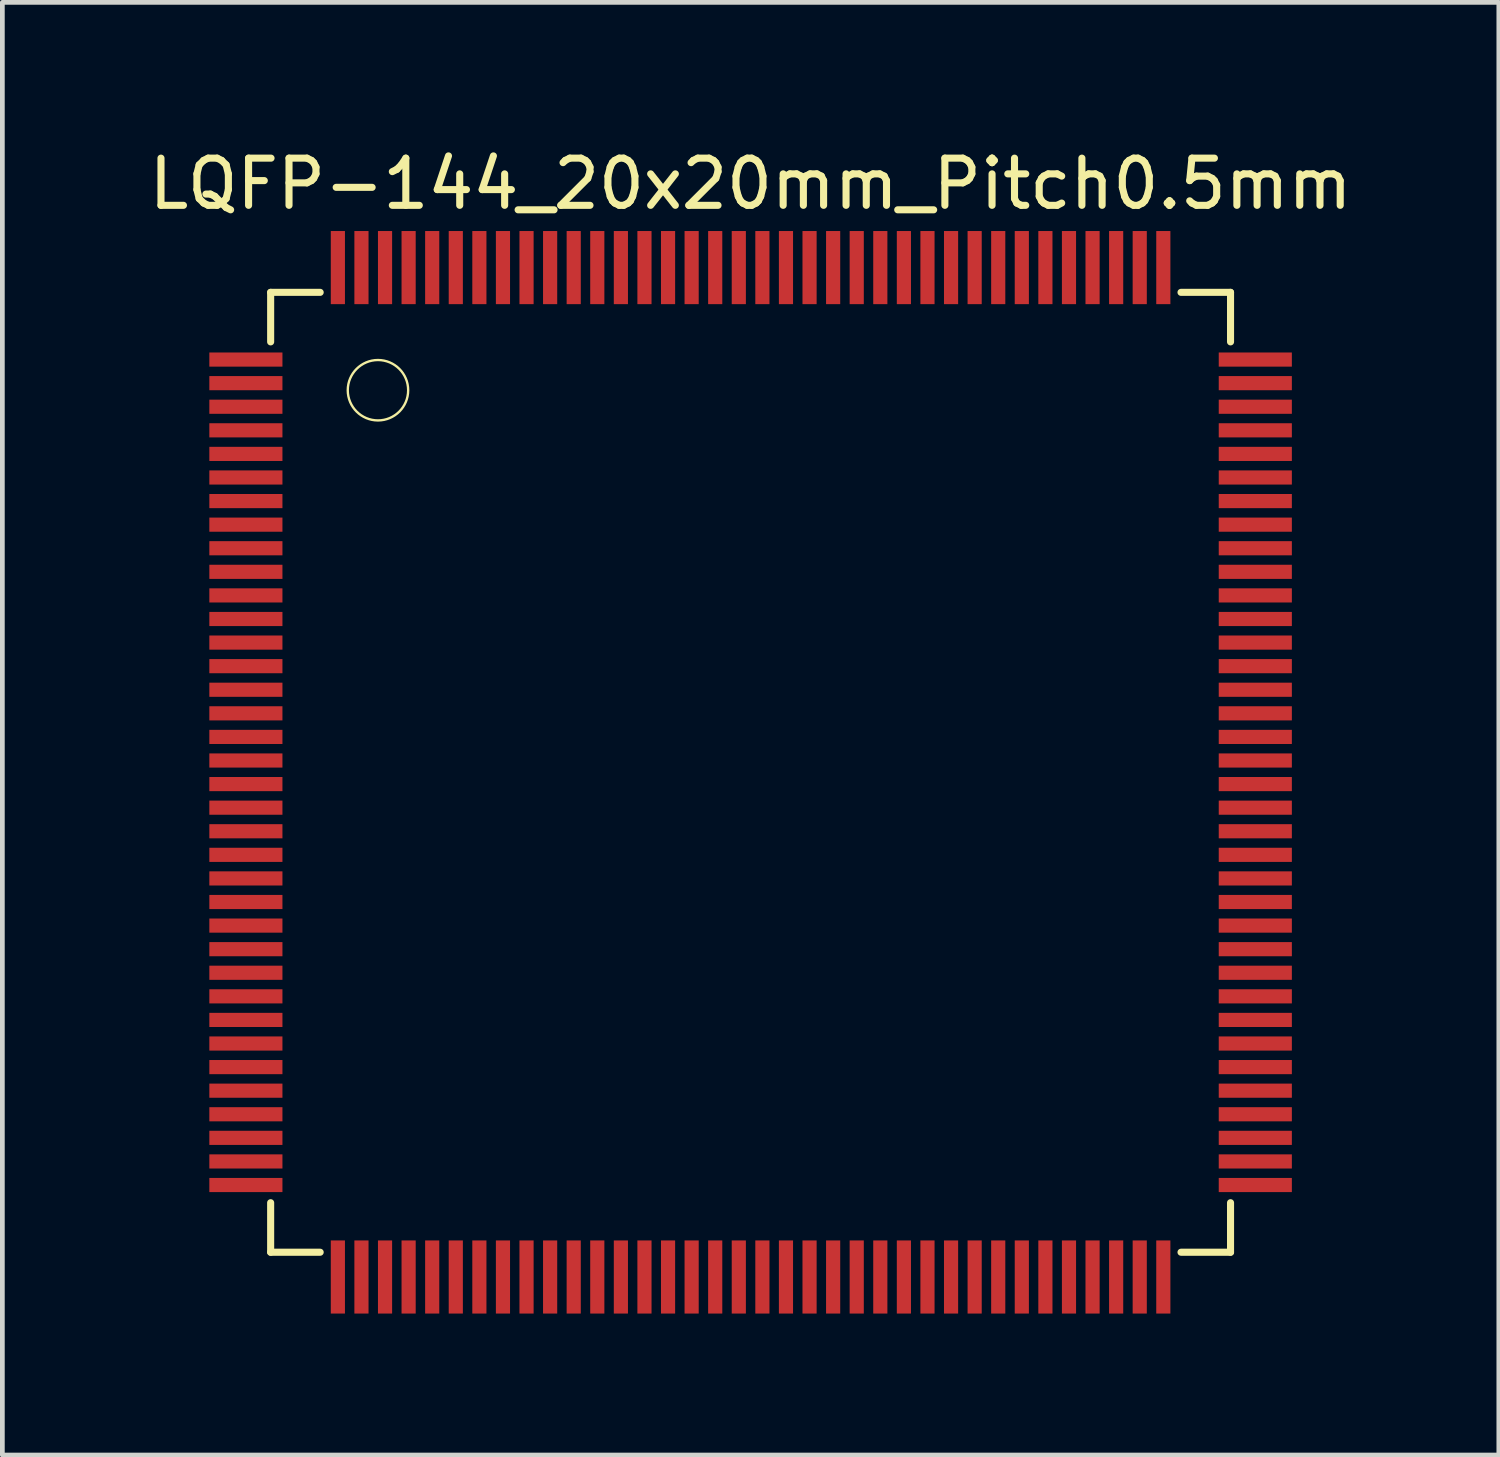
<source format=kicad_pcb>
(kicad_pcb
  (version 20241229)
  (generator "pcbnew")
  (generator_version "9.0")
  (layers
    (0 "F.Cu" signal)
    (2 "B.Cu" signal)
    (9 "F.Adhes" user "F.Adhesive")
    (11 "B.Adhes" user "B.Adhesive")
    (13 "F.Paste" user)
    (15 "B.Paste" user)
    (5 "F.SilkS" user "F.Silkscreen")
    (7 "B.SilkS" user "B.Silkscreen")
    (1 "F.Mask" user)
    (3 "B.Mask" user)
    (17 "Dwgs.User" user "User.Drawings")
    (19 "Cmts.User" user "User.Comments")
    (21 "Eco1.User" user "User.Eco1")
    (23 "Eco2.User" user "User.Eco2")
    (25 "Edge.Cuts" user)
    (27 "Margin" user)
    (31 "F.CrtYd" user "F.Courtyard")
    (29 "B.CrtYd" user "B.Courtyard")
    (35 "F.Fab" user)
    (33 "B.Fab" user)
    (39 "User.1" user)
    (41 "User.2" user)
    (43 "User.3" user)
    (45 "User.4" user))
  (footprint "LQFP-144_20x20mm_Pitch0.5mm"
    (layer "F.Cu")
    (at 12.863 13.323)
    (property "Reference" "LQFP-144_20x20mm_Pitch0.5mm" (at 0 -12.475 0) (layer "F.SilkS") (effects (font (size 1 1) (thickness 0.15))))
    (attr smd)
    (fp_line (start -10.175 -10.175) (end -10.175 -9.125) (stroke (width 0.15) (type solid)) (layer "F.SilkS"))
    (fp_line (start -10.175 -10.175) (end -9.125 -10.175) (stroke (width 0.15) (type solid)) (layer "F.SilkS"))
    (fp_line (start -10.175 10.175) (end -10.175 9.125) (stroke (width 0.15) (type solid)) (layer "F.SilkS"))
    (fp_line (start -10.175 10.175) (end -9.125 10.175) (stroke (width 0.15) (type solid)) (layer "F.SilkS"))
    (fp_line (start 10.175 -10.175) (end 9.125 -10.175) (stroke (width 0.15) (type solid)) (layer "F.SilkS"))
    (fp_line (start 10.175 -10.175) (end 10.175 -9.125) (stroke (width 0.15) (type solid)) (layer "F.SilkS"))
    (fp_line (start 10.175 10.175) (end 9.125 10.175) (stroke (width 0.15) (type solid)) (layer "F.SilkS"))
    (fp_line (start 10.175 10.175) (end 10.175 9.125) (stroke (width 0.15) (type solid)) (layer "F.SilkS"))
    (fp_circle (center -7.9 -8.1) (end -8.4 -7.7) (stroke (width 0.05) (type solid)) (fill no) (layer "F.SilkS"))
    (pad "1" smd rect (at -10.7 -8.75) (size 1.55 0.3) (layers "F.Cu" "F.Mask" "F.Paste"))
    (pad "2" smd rect (at -10.7 -8.25) (size 1.55 0.3) (layers "F.Cu" "F.Mask" "F.Paste"))
    (pad "3" smd rect (at -10.7 -7.75) (size 1.55 0.3) (layers "F.Cu" "F.Mask" "F.Paste"))
    (pad "4" smd rect (at -10.7 -7.25) (size 1.55 0.3) (layers "F.Cu" "F.Mask" "F.Paste"))
    (pad "5" smd rect (at -10.7 -6.75) (size 1.55 0.3) (layers "F.Cu" "F.Mask" "F.Paste"))
    (pad "6" smd rect (at -10.7 -6.25) (size 1.55 0.3) (layers "F.Cu" "F.Mask" "F.Paste"))
    (pad "7" smd rect (at -10.7 -5.75) (size 1.55 0.3) (layers "F.Cu" "F.Mask" "F.Paste"))
    (pad "8" smd rect (at -10.7 -5.25) (size 1.55 0.3) (layers "F.Cu" "F.Mask" "F.Paste"))
    (pad "9" smd rect (at -10.7 -4.75) (size 1.55 0.3) (layers "F.Cu" "F.Mask" "F.Paste"))
    (pad "10" smd rect (at -10.7 -4.25) (size 1.55 0.3) (layers "F.Cu" "F.Mask" "F.Paste"))
    (pad "11" smd rect (at -10.7 -3.75) (size 1.55 0.3) (layers "F.Cu" "F.Mask" "F.Paste"))
    (pad "12" smd rect (at -10.7 -3.25) (size 1.55 0.3) (layers "F.Cu" "F.Mask" "F.Paste"))
    (pad "13" smd rect (at -10.7 -2.75) (size 1.55 0.3) (layers "F.Cu" "F.Mask" "F.Paste"))
    (pad "14" smd rect (at -10.7 -2.25) (size 1.55 0.3) (layers "F.Cu" "F.Mask" "F.Paste"))
    (pad "15" smd rect (at -10.7 -1.75) (size 1.55 0.3) (layers "F.Cu" "F.Mask" "F.Paste"))
    (pad "16" smd rect (at -10.7 -1.25) (size 1.55 0.3) (layers "F.Cu" "F.Mask" "F.Paste"))
    (pad "17" smd rect (at -10.7 -0.75) (size 1.55 0.3) (layers "F.Cu" "F.Mask" "F.Paste"))
    (pad "18" smd rect (at -10.7 -0.25) (size 1.55 0.3) (layers "F.Cu" "F.Mask" "F.Paste"))
    (pad "19" smd rect (at -10.7 0.25) (size 1.55 0.3) (layers "F.Cu" "F.Mask" "F.Paste"))
    (pad "20" smd rect (at -10.7 0.75) (size 1.55 0.3) (layers "F.Cu" "F.Mask" "F.Paste"))
    (pad "21" smd rect (at -10.7 1.25) (size 1.55 0.3) (layers "F.Cu" "F.Mask" "F.Paste"))
    (pad "22" smd rect (at -10.7 1.75) (size 1.55 0.3) (layers "F.Cu" "F.Mask" "F.Paste"))
    (pad "23" smd rect (at -10.7 2.25) (size 1.55 0.3) (layers "F.Cu" "F.Mask" "F.Paste"))
    (pad "24" smd rect (at -10.7 2.75) (size 1.55 0.3) (layers "F.Cu" "F.Mask" "F.Paste"))
    (pad "25" smd rect (at -10.7 3.25) (size 1.55 0.3) (layers "F.Cu" "F.Mask" "F.Paste"))
    (pad "26" smd rect (at -10.7 3.75) (size 1.55 0.3) (layers "F.Cu" "F.Mask" "F.Paste"))
    (pad "27" smd rect (at -10.7 4.25) (size 1.55 0.3) (layers "F.Cu" "F.Mask" "F.Paste"))
    (pad "28" smd rect (at -10.7 4.75) (size 1.55 0.3) (layers "F.Cu" "F.Mask" "F.Paste"))
    (pad "29" smd rect (at -10.7 5.25) (size 1.55 0.3) (layers "F.Cu" "F.Mask" "F.Paste"))
    (pad "30" smd rect (at -10.7 5.75) (size 1.55 0.3) (layers "F.Cu" "F.Mask" "F.Paste"))
    (pad "31" smd rect (at -10.7 6.25) (size 1.55 0.3) (layers "F.Cu" "F.Mask" "F.Paste"))
    (pad "32" smd rect (at -10.7 6.75) (size 1.55 0.3) (layers "F.Cu" "F.Mask" "F.Paste"))
    (pad "33" smd rect (at -10.7 7.25) (size 1.55 0.3) (layers "F.Cu" "F.Mask" "F.Paste"))
    (pad "34" smd rect (at -10.7 7.75) (size 1.55 0.3) (layers "F.Cu" "F.Mask" "F.Paste"))
    (pad "35" smd rect (at -10.7 8.25) (size 1.55 0.3) (layers "F.Cu" "F.Mask" "F.Paste"))
    (pad "36" smd rect (at -10.7 8.75) (size 1.55 0.3) (layers "F.Cu" "F.Mask" "F.Paste"))
    (pad "37" smd rect (at -8.75 10.7 90) (size 1.55 0.3) (layers "F.Cu" "F.Mask" "F.Paste"))
    (pad "38" smd rect (at -8.25 10.7 90) (size 1.55 0.3) (layers "F.Cu" "F.Mask" "F.Paste"))
    (pad "39" smd rect (at -7.75 10.7 90) (size 1.55 0.3) (layers "F.Cu" "F.Mask" "F.Paste"))
    (pad "40" smd rect (at -7.25 10.7 90) (size 1.55 0.3) (layers "F.Cu" "F.Mask" "F.Paste"))
    (pad "41" smd rect (at -6.75 10.7 90) (size 1.55 0.3) (layers "F.Cu" "F.Mask" "F.Paste"))
    (pad "42" smd rect (at -6.25 10.7 90) (size 1.55 0.3) (layers "F.Cu" "F.Mask" "F.Paste"))
    (pad "43" smd rect (at -5.75 10.7 90) (size 1.55 0.3) (layers "F.Cu" "F.Mask" "F.Paste"))
    (pad "44" smd rect (at -5.25 10.7 90) (size 1.55 0.3) (layers "F.Cu" "F.Mask" "F.Paste"))
    (pad "45" smd rect (at -4.75 10.7 90) (size 1.55 0.3) (layers "F.Cu" "F.Mask" "F.Paste"))
    (pad "46" smd rect (at -4.25 10.7 90) (size 1.55 0.3) (layers "F.Cu" "F.Mask" "F.Paste"))
    (pad "47" smd rect (at -3.75 10.7 90) (size 1.55 0.3) (layers "F.Cu" "F.Mask" "F.Paste"))
    (pad "48" smd rect (at -3.25 10.7 90) (size 1.55 0.3) (layers "F.Cu" "F.Mask" "F.Paste"))
    (pad "49" smd rect (at -2.75 10.7 90) (size 1.55 0.3) (layers "F.Cu" "F.Mask" "F.Paste"))
    (pad "50" smd rect (at -2.25 10.7 90) (size 1.55 0.3) (layers "F.Cu" "F.Mask" "F.Paste"))
    (pad "51" smd rect (at -1.75 10.7 90) (size 1.55 0.3) (layers "F.Cu" "F.Mask" "F.Paste"))
    (pad "52" smd rect (at -1.25 10.7 90) (size 1.55 0.3) (layers "F.Cu" "F.Mask" "F.Paste"))
    (pad "53" smd rect (at -0.75 10.7 90) (size 1.55 0.3) (layers "F.Cu" "F.Mask" "F.Paste"))
    (pad "54" smd rect (at -0.25 10.7 90) (size 1.55 0.3) (layers "F.Cu" "F.Mask" "F.Paste"))
    (pad "55" smd rect (at 0.25 10.7 90) (size 1.55 0.3) (layers "F.Cu" "F.Mask" "F.Paste"))
    (pad "56" smd rect (at 0.75 10.7 90) (size 1.55 0.3) (layers "F.Cu" "F.Mask" "F.Paste"))
    (pad "57" smd rect (at 1.25 10.7 90) (size 1.55 0.3) (layers "F.Cu" "F.Mask" "F.Paste"))
    (pad "58" smd rect (at 1.75 10.7 90) (size 1.55 0.3) (layers "F.Cu" "F.Mask" "F.Paste"))
    (pad "59" smd rect (at 2.25 10.7 90) (size 1.55 0.3) (layers "F.Cu" "F.Mask" "F.Paste"))
    (pad "60" smd rect (at 2.75 10.7 90) (size 1.55 0.3) (layers "F.Cu" "F.Mask" "F.Paste"))
    (pad "61" smd rect (at 3.25 10.7 90) (size 1.55 0.3) (layers "F.Cu" "F.Mask" "F.Paste"))
    (pad "62" smd rect (at 3.75 10.7 90) (size 1.55 0.3) (layers "F.Cu" "F.Mask" "F.Paste"))
    (pad "63" smd rect (at 4.25 10.7 90) (size 1.55 0.3) (layers "F.Cu" "F.Mask" "F.Paste"))
    (pad "64" smd rect (at 4.75 10.7 90) (size 1.55 0.3) (layers "F.Cu" "F.Mask" "F.Paste"))
    (pad "65" smd rect (at 5.25 10.7 90) (size 1.55 0.3) (layers "F.Cu" "F.Mask" "F.Paste"))
    (pad "66" smd rect (at 5.75 10.7 90) (size 1.55 0.3) (layers "F.Cu" "F.Mask" "F.Paste"))
    (pad "67" smd rect (at 6.25 10.7 90) (size 1.55 0.3) (layers "F.Cu" "F.Mask" "F.Paste"))
    (pad "68" smd rect (at 6.75 10.7 90) (size 1.55 0.3) (layers "F.Cu" "F.Mask" "F.Paste"))
    (pad "69" smd rect (at 7.25 10.7 90) (size 1.55 0.3) (layers "F.Cu" "F.Mask" "F.Paste"))
    (pad "70" smd rect (at 7.75 10.7 90) (size 1.55 0.3) (layers "F.Cu" "F.Mask" "F.Paste"))
    (pad "71" smd rect (at 8.25 10.7 90) (size 1.55 0.3) (layers "F.Cu" "F.Mask" "F.Paste"))
    (pad "72" smd rect (at 8.75 10.7 90) (size 1.55 0.3) (layers "F.Cu" "F.Mask" "F.Paste"))
    (pad "73" smd rect (at 10.7 8.75) (size 1.55 0.3) (layers "F.Cu" "F.Mask" "F.Paste"))
    (pad "74" smd rect (at 10.7 8.25) (size 1.55 0.3) (layers "F.Cu" "F.Mask" "F.Paste"))
    (pad "75" smd rect (at 10.7 7.75) (size 1.55 0.3) (layers "F.Cu" "F.Mask" "F.Paste"))
    (pad "76" smd rect (at 10.7 7.25) (size 1.55 0.3) (layers "F.Cu" "F.Mask" "F.Paste"))
    (pad "77" smd rect (at 10.7 6.75) (size 1.55 0.3) (layers "F.Cu" "F.Mask" "F.Paste"))
    (pad "78" smd rect (at 10.7 6.25) (size 1.55 0.3) (layers "F.Cu" "F.Mask" "F.Paste"))
    (pad "79" smd rect (at 10.7 5.75) (size 1.55 0.3) (layers "F.Cu" "F.Mask" "F.Paste"))
    (pad "80" smd rect (at 10.7 5.25) (size 1.55 0.3) (layers "F.Cu" "F.Mask" "F.Paste"))
    (pad "81" smd rect (at 10.7 4.75) (size 1.55 0.3) (layers "F.Cu" "F.Mask" "F.Paste"))
    (pad "82" smd rect (at 10.7 4.25) (size 1.55 0.3) (layers "F.Cu" "F.Mask" "F.Paste"))
    (pad "83" smd rect (at 10.7 3.75) (size 1.55 0.3) (layers "F.Cu" "F.Mask" "F.Paste"))
    (pad "84" smd rect (at 10.7 3.25) (size 1.55 0.3) (layers "F.Cu" "F.Mask" "F.Paste"))
    (pad "85" smd rect (at 10.7 2.75) (size 1.55 0.3) (layers "F.Cu" "F.Mask" "F.Paste"))
    (pad "86" smd rect (at 10.7 2.25) (size 1.55 0.3) (layers "F.Cu" "F.Mask" "F.Paste"))
    (pad "87" smd rect (at 10.7 1.75) (size 1.55 0.3) (layers "F.Cu" "F.Mask" "F.Paste"))
    (pad "88" smd rect (at 10.7 1.25) (size 1.55 0.3) (layers "F.Cu" "F.Mask" "F.Paste"))
    (pad "89" smd rect (at 10.7 0.75) (size 1.55 0.3) (layers "F.Cu" "F.Mask" "F.Paste"))
    (pad "90" smd rect (at 10.7 0.25) (size 1.55 0.3) (layers "F.Cu" "F.Mask" "F.Paste"))
    (pad "91" smd rect (at 10.7 -0.25) (size 1.55 0.3) (layers "F.Cu" "F.Mask" "F.Paste"))
    (pad "92" smd rect (at 10.7 -0.75) (size 1.55 0.3) (layers "F.Cu" "F.Mask" "F.Paste"))
    (pad "93" smd rect (at 10.7 -1.25) (size 1.55 0.3) (layers "F.Cu" "F.Mask" "F.Paste"))
    (pad "94" smd rect (at 10.7 -1.75) (size 1.55 0.3) (layers "F.Cu" "F.Mask" "F.Paste"))
    (pad "95" smd rect (at 10.7 -2.25) (size 1.55 0.3) (layers "F.Cu" "F.Mask" "F.Paste"))
    (pad "96" smd rect (at 10.7 -2.75) (size 1.55 0.3) (layers "F.Cu" "F.Mask" "F.Paste"))
    (pad "97" smd rect (at 10.7 -3.25) (size 1.55 0.3) (layers "F.Cu" "F.Mask" "F.Paste"))
    (pad "98" smd rect (at 10.7 -3.75) (size 1.55 0.3) (layers "F.Cu" "F.Mask" "F.Paste"))
    (pad "99" smd rect (at 10.7 -4.25) (size 1.55 0.3) (layers "F.Cu" "F.Mask" "F.Paste"))
    (pad "100" smd rect (at 10.7 -4.75) (size 1.55 0.3) (layers "F.Cu" "F.Mask" "F.Paste"))
    (pad "101" smd rect (at 10.7 -5.25) (size 1.55 0.3) (layers "F.Cu" "F.Mask" "F.Paste"))
    (pad "102" smd rect (at 10.7 -5.75) (size 1.55 0.3) (layers "F.Cu" "F.Mask" "F.Paste"))
    (pad "103" smd rect (at 10.7 -6.25) (size 1.55 0.3) (layers "F.Cu" "F.Mask" "F.Paste"))
    (pad "104" smd rect (at 10.7 -6.75) (size 1.55 0.3) (layers "F.Cu" "F.Mask" "F.Paste"))
    (pad "105" smd rect (at 10.7 -7.25) (size 1.55 0.3) (layers "F.Cu" "F.Mask" "F.Paste"))
    (pad "106" smd rect (at 10.7 -7.75) (size 1.55 0.3) (layers "F.Cu" "F.Mask" "F.Paste"))
    (pad "107" smd rect (at 10.7 -8.25) (size 1.55 0.3) (layers "F.Cu" "F.Mask" "F.Paste"))
    (pad "108" smd rect (at 10.7 -8.75) (size 1.55 0.3) (layers "F.Cu" "F.Mask" "F.Paste"))
    (pad "109" smd rect (at 8.75 -10.7 90) (size 1.55 0.3) (layers "F.Cu" "F.Mask" "F.Paste"))
    (pad "110" smd rect (at 8.25 -10.7 90) (size 1.55 0.3) (layers "F.Cu" "F.Mask" "F.Paste"))
    (pad "111" smd rect (at 7.75 -10.7 90) (size 1.55 0.3) (layers "F.Cu" "F.Mask" "F.Paste"))
    (pad "112" smd rect (at 7.25 -10.7 90) (size 1.55 0.3) (layers "F.Cu" "F.Mask" "F.Paste"))
    (pad "113" smd rect (at 6.75 -10.7 90) (size 1.55 0.3) (layers "F.Cu" "F.Mask" "F.Paste"))
    (pad "114" smd rect (at 6.25 -10.7 90) (size 1.55 0.3) (layers "F.Cu" "F.Mask" "F.Paste"))
    (pad "115" smd rect (at 5.75 -10.7 90) (size 1.55 0.3) (layers "F.Cu" "F.Mask" "F.Paste"))
    (pad "116" smd rect (at 5.25 -10.7 90) (size 1.55 0.3) (layers "F.Cu" "F.Mask" "F.Paste"))
    (pad "117" smd rect (at 4.75 -10.7 90) (size 1.55 0.3) (layers "F.Cu" "F.Mask" "F.Paste"))
    (pad "118" smd rect (at 4.25 -10.7 90) (size 1.55 0.3) (layers "F.Cu" "F.Mask" "F.Paste"))
    (pad "119" smd rect (at 3.75 -10.7 90) (size 1.55 0.3) (layers "F.Cu" "F.Mask" "F.Paste"))
    (pad "120" smd rect (at 3.25 -10.7 90) (size 1.55 0.3) (layers "F.Cu" "F.Mask" "F.Paste"))
    (pad "121" smd rect (at 2.75 -10.7 90) (size 1.55 0.3) (layers "F.Cu" "F.Mask" "F.Paste"))
    (pad "122" smd rect (at 2.25 -10.7 90) (size 1.55 0.3) (layers "F.Cu" "F.Mask" "F.Paste"))
    (pad "123" smd rect (at 1.75 -10.7 90) (size 1.55 0.3) (layers "F.Cu" "F.Mask" "F.Paste"))
    (pad "124" smd rect (at 1.25 -10.7 90) (size 1.55 0.3) (layers "F.Cu" "F.Mask" "F.Paste"))
    (pad "125" smd rect (at 0.75 -10.7 90) (size 1.55 0.3) (layers "F.Cu" "F.Mask" "F.Paste"))
    (pad "126" smd rect (at 0.25 -10.7 90) (size 1.55 0.3) (layers "F.Cu" "F.Mask" "F.Paste"))
    (pad "127" smd rect (at -0.25 -10.7 90) (size 1.55 0.3) (layers "F.Cu" "F.Mask" "F.Paste"))
    (pad "128" smd rect (at -0.75 -10.7 90) (size 1.55 0.3) (layers "F.Cu" "F.Mask" "F.Paste"))
    (pad "129" smd rect (at -1.25 -10.7 90) (size 1.55 0.3) (layers "F.Cu" "F.Mask" "F.Paste"))
    (pad "130" smd rect (at -1.75 -10.7 90) (size 1.55 0.3) (layers "F.Cu" "F.Mask" "F.Paste"))
    (pad "131" smd rect (at -2.25 -10.7 90) (size 1.55 0.3) (layers "F.Cu" "F.Mask" "F.Paste"))
    (pad "132" smd rect (at -2.75 -10.7 90) (size 1.55 0.3) (layers "F.Cu" "F.Mask" "F.Paste"))
    (pad "133" smd rect (at -3.25 -10.7 90) (size 1.55 0.3) (layers "F.Cu" "F.Mask" "F.Paste"))
    (pad "134" smd rect (at -3.75 -10.7 90) (size 1.55 0.3) (layers "F.Cu" "F.Mask" "F.Paste"))
    (pad "135" smd rect (at -4.25 -10.7 90) (size 1.55 0.3) (layers "F.Cu" "F.Mask" "F.Paste"))
    (pad "136" smd rect (at -4.75 -10.7 90) (size 1.55 0.3) (layers "F.Cu" "F.Mask" "F.Paste"))
    (pad "137" smd rect (at -5.25 -10.7 90) (size 1.55 0.3) (layers "F.Cu" "F.Mask" "F.Paste"))
    (pad "138" smd rect (at -5.75 -10.7 90) (size 1.55 0.3) (layers "F.Cu" "F.Mask" "F.Paste"))
    (pad "139" smd rect (at -6.25 -10.7 90) (size 1.55 0.3) (layers "F.Cu" "F.Mask" "F.Paste"))
    (pad "140" smd rect (at -6.75 -10.7 90) (size 1.55 0.3) (layers "F.Cu" "F.Mask" "F.Paste"))
    (pad "141" smd rect (at -7.25 -10.7 90) (size 1.55 0.3) (layers "F.Cu" "F.Mask" "F.Paste"))
    (pad "142" smd rect (at -7.75 -10.7 90) (size 1.55 0.3) (layers "F.Cu" "F.Mask" "F.Paste"))
    (pad "143" smd rect (at -8.25 -10.7 90) (size 1.55 0.3) (layers "F.Cu" "F.Mask" "F.Paste"))
    (pad "144" smd rect (at -8.75 -10.7 90) (size 1.55 0.3) (layers "F.Cu" "F.Mask" "F.Paste")))
  (gr_rect
    (start -3 -3)
    (end 28.726 27.798)
    (stroke (width 0.1) (type default))
    (fill no)
    (layer "Edge.Cuts")))
</source>
